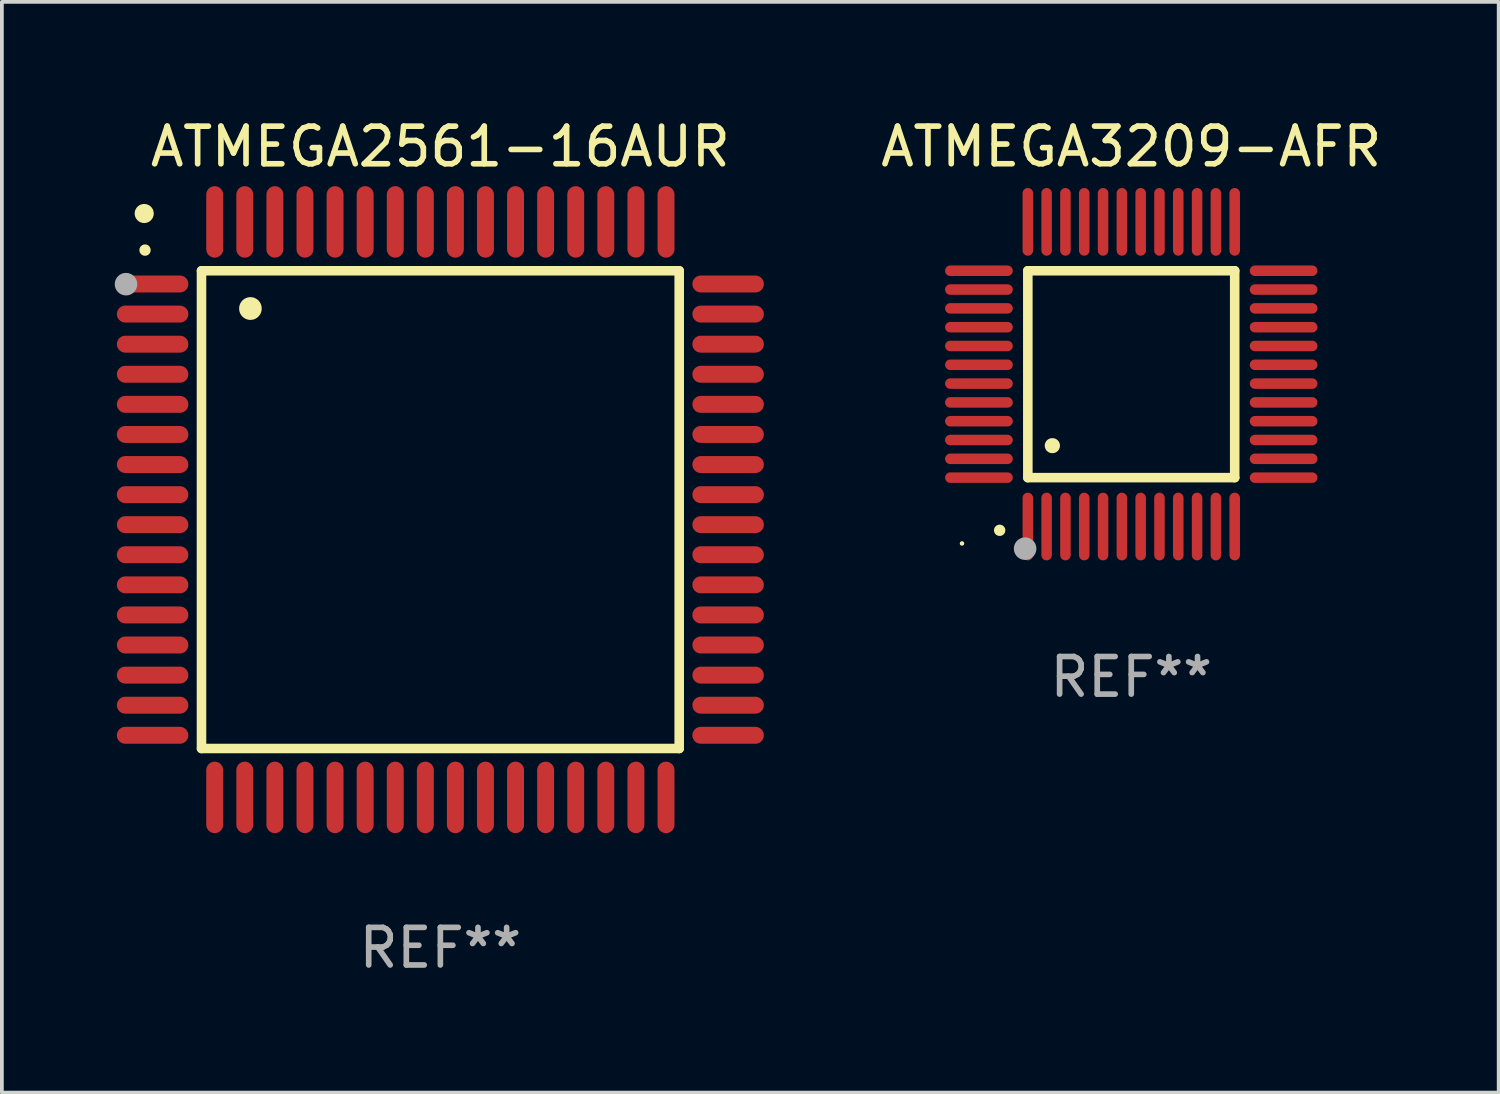
<source format=kicad_pcb>
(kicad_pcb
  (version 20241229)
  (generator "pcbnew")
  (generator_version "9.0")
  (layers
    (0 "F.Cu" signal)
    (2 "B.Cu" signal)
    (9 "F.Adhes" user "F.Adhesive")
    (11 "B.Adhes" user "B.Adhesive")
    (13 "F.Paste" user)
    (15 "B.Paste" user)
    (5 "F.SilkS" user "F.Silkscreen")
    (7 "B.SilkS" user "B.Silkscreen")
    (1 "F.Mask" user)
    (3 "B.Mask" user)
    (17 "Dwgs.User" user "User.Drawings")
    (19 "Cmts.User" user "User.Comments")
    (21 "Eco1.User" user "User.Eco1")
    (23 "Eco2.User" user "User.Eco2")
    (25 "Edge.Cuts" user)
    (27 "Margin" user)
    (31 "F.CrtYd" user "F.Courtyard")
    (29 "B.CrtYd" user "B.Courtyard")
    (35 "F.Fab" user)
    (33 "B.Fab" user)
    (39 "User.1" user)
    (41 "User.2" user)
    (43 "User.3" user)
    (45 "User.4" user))
  (footprint "ATMEGA3209-AFR"
    (layer "F.Cu")
    (at 27.025 6.898)
    (property "Reference" "ATMEGA3209-AFR" (at 0 -6.05 0) (layer "F.SilkS") (effects (font (size 1 1) (thickness 0.15))))
    (attr through_hole)
    (fp_line (start -2.75 -2.75) (end 2.75 -2.75) (stroke (width 0.254) (type solid)) (layer "F.SilkS"))
    (fp_line (start -2.75 2.75) (end -2.75 -2.75) (stroke (width 0.254) (type solid)) (layer "F.SilkS"))
    (fp_line (start 2.75 -2.75) (end 2.75 2.75) (stroke (width 0.254) (type solid)) (layer "F.SilkS"))
    (fp_line (start 2.75 2.75) (end -2.75 2.75) (stroke (width 0.254) (type solid)) (layer "F.SilkS"))
    (fp_arc (start -3.500127 4.150368) (mid -3.498857 4.150363) (end -3.497587 4.150368) (stroke (width 0.3) (type solid)) (layer "F.SilkS"))
    (fp_arc (start -2.100584 1.899924) (mid -2.098044 1.899908) (end -2.095504 1.899924) (stroke (width 0.4) (type solid)) (layer "F.SilkS"))
    (fp_circle (center -4.5 4.5) (end -4.47 4.5) (stroke (width 0.06) (type solid)) (fill no) (layer "F.SilkS"))
    (fp_circle (center -2.822 4.638) (end -2.672 4.638) (stroke (width 0.3) (type solid)) (fill no) (layer "F.Fab"))
    (fp_text user "REF**" (at 0 8.05 0) (layer "F.Fab") (effects (font (size 1 1) (thickness 0.15))))
    (pad "1" smd oval (at -2.75 4.05) (size 0.28 1.8) (layers "F.Cu" "F.Mask" "F.Paste"))
    (pad "2" smd oval (at -2.25 4.05) (size 0.28 1.8) (layers "F.Cu" "F.Mask" "F.Paste"))
    (pad "3" smd oval (at -1.75 4.05) (size 0.28 1.8) (layers "F.Cu" "F.Mask" "F.Paste"))
    (pad "4" smd oval (at -1.25 4.05) (size 0.28 1.8) (layers "F.Cu" "F.Mask" "F.Paste"))
    (pad "5" smd oval (at -0.75 4.05) (size 0.28 1.8) (layers "F.Cu" "F.Mask" "F.Paste"))
    (pad "6" smd oval (at -0.25 4.05) (size 0.28 1.8) (layers "F.Cu" "F.Mask" "F.Paste"))
    (pad "7" smd oval (at 0.25 4.05) (size 0.28 1.8) (layers "F.Cu" "F.Mask" "F.Paste"))
    (pad "8" smd oval (at 0.75 4.05) (size 0.28 1.8) (layers "F.Cu" "F.Mask" "F.Paste"))
    (pad "9" smd oval (at 1.25 4.05) (size 0.28 1.8) (layers "F.Cu" "F.Mask" "F.Paste"))
    (pad "10" smd oval (at 1.75 4.05) (size 0.28 1.8) (layers "F.Cu" "F.Mask" "F.Paste"))
    (pad "11" smd oval (at 2.25 4.05) (size 0.28 1.8) (layers "F.Cu" "F.Mask" "F.Paste"))
    (pad "12" smd oval (at 2.75 4.05) (size 0.28 1.8) (layers "F.Cu" "F.Mask" "F.Paste"))
    (pad "13" smd oval (at 4.05 2.75) (size 1.8 0.28) (layers "F.Cu" "F.Mask" "F.Paste"))
    (pad "14" smd oval (at 4.05 2.25) (size 1.8 0.28) (layers "F.Cu" "F.Mask" "F.Paste"))
    (pad "15" smd oval (at 4.05 1.75) (size 1.8 0.28) (layers "F.Cu" "F.Mask" "F.Paste"))
    (pad "16" smd oval (at 4.05 1.25) (size 1.8 0.28) (layers "F.Cu" "F.Mask" "F.Paste"))
    (pad "17" smd oval (at 4.05 0.75) (size 1.8 0.28) (layers "F.Cu" "F.Mask" "F.Paste"))
    (pad "18" smd oval (at 4.05 0.25) (size 1.8 0.28) (layers "F.Cu" "F.Mask" "F.Paste"))
    (pad "19" smd oval (at 4.05 -0.25) (size 1.8 0.28) (layers "F.Cu" "F.Mask" "F.Paste"))
    (pad "20" smd oval (at 4.05 -0.75) (size 1.8 0.28) (layers "F.Cu" "F.Mask" "F.Paste"))
    (pad "21" smd oval (at 4.05 -1.25) (size 1.8 0.28) (layers "F.Cu" "F.Mask" "F.Paste"))
    (pad "22" smd oval (at 4.05 -1.75) (size 1.8 0.28) (layers "F.Cu" "F.Mask" "F.Paste"))
    (pad "23" smd oval (at 4.05 -2.25) (size 1.8 0.28) (layers "F.Cu" "F.Mask" "F.Paste"))
    (pad "24" smd oval (at 4.05 -2.75) (size 1.8 0.28) (layers "F.Cu" "F.Mask" "F.Paste"))
    (pad "25" smd oval (at 2.75 -4.05) (size 0.28 1.8) (layers "F.Cu" "F.Mask" "F.Paste"))
    (pad "26" smd oval (at 2.25 -4.05) (size 0.28 1.8) (layers "F.Cu" "F.Mask" "F.Paste"))
    (pad "27" smd oval (at 1.75 -4.05) (size 0.28 1.8) (layers "F.Cu" "F.Mask" "F.Paste"))
    (pad "28" smd oval (at 1.25 -4.05) (size 0.28 1.8) (layers "F.Cu" "F.Mask" "F.Paste"))
    (pad "29" smd oval (at 0.75 -4.05) (size 0.28 1.8) (layers "F.Cu" "F.Mask" "F.Paste"))
    (pad "30" smd oval (at 0.25 -4.05) (size 0.28 1.8) (layers "F.Cu" "F.Mask" "F.Paste"))
    (pad "31" smd oval (at -0.25 -4.05) (size 0.28 1.8) (layers "F.Cu" "F.Mask" "F.Paste"))
    (pad "32" smd oval (at -0.75 -4.05) (size 0.28 1.8) (layers "F.Cu" "F.Mask" "F.Paste"))
    (pad "33" smd oval (at -1.25 -4.05) (size 0.28 1.8) (layers "F.Cu" "F.Mask" "F.Paste"))
    (pad "34" smd oval (at -1.75 -4.05) (size 0.28 1.8) (layers "F.Cu" "F.Mask" "F.Paste"))
    (pad "35" smd oval (at -2.25 -4.05) (size 0.28 1.8) (layers "F.Cu" "F.Mask" "F.Paste"))
    (pad "36" smd oval (at -2.75 -4.05) (size 0.28 1.8) (layers "F.Cu" "F.Mask" "F.Paste"))
    (pad "37" smd oval (at -4.05 -2.75) (size 1.8 0.28) (layers "F.Cu" "F.Mask" "F.Paste"))
    (pad "38" smd oval (at -4.05 -2.25) (size 1.8 0.28) (layers "F.Cu" "F.Mask" "F.Paste"))
    (pad "39" smd oval (at -4.05 -1.75) (size 1.8 0.28) (layers "F.Cu" "F.Mask" "F.Paste"))
    (pad "40" smd oval (at -4.05 -1.25) (size 1.8 0.28) (layers "F.Cu" "F.Mask" "F.Paste"))
    (pad "41" smd oval (at -4.05 -0.75) (size 1.8 0.28) (layers "F.Cu" "F.Mask" "F.Paste"))
    (pad "42" smd oval (at -4.05 -0.25) (size 1.8 0.28) (layers "F.Cu" "F.Mask" "F.Paste"))
    (pad "43" smd oval (at -4.05 0.25) (size 1.8 0.28) (layers "F.Cu" "F.Mask" "F.Paste"))
    (pad "44" smd oval (at -4.05 0.75) (size 1.8 0.28) (layers "F.Cu" "F.Mask" "F.Paste"))
    (pad "45" smd oval (at -4.05 1.25) (size 1.8 0.28) (layers "F.Cu" "F.Mask" "F.Paste"))
    (pad "46" smd oval (at -4.05 1.75) (size 1.8 0.28) (layers "F.Cu" "F.Mask" "F.Paste"))
    (pad "47" smd oval (at -4.05 2.25) (size 1.8 0.28) (layers "F.Cu" "F.Mask" "F.Paste"))
    (pad "48" smd oval (at -4.05 2.75) (size 1.8 0.28) (layers "F.Cu" "F.Mask" "F.Paste")))
  (footprint "ATMEGA2561-16AUR"
    (layer "F.Cu")
    (at 8.657 10.499)
    (property "Reference" "ATMEGA2561-16AUR" (at 0 -9.65 0) (layer "F.SilkS") (effects (font (size 1 1) (thickness 0.15))))
    (attr through_hole)
    (fp_line (start -6.35 -6.35) (end 6.35 -6.35) (stroke (width 0.254) (type solid)) (layer "F.SilkS"))
    (fp_line (start -6.35 6.35) (end -6.35 -6.35) (stroke (width 0.254) (type solid)) (layer "F.SilkS"))
    (fp_line (start 6.35 -6.35) (end 6.35 6.35) (stroke (width 0.254) (type solid)) (layer "F.SilkS"))
    (fp_line (start 6.35 6.35) (end -6.35 6.35) (stroke (width 0.254) (type solid)) (layer "F.SilkS"))
    (fp_arc (start -7.851156 -6.898654) (mid -7.851161 -6.899924) (end -7.851156 -6.901194) (stroke (width 0.3) (type solid)) (layer "F.SilkS"))
    (fp_arc (start -5.04953 -5.344171) (mid -5.049541 -5.346711) (end -5.04953 -5.349251) (stroke (width 0.6) (type solid)) (layer "F.SilkS"))
    (fp_circle (center -7.873 -7.873) (end -7.746 -7.873) (stroke (width 0.254) (type solid)) (fill no) (layer "F.SilkS"))
    (fp_circle (center -8.357 -5.994) (end -8.207 -5.994) (stroke (width 0.3) (type solid)) (fill no) (layer "F.Fab"))
    (fp_text user "REF**" (at 0 11.65 0) (layer "F.Fab") (effects (font (size 1 1) (thickness 0.15))))
    (pad "1" smd oval (at -7.65 -5.999 90) (size 0.45 1.9) (layers "F.Cu" "F.Mask" "F.Paste"))
    (pad "2" smd oval (at -7.65 -5.199 90) (size 0.45 1.9) (layers "F.Cu" "F.Mask" "F.Paste"))
    (pad "3" smd oval (at -7.65 -4.399 90) (size 0.45 1.9) (layers "F.Cu" "F.Mask" "F.Paste"))
    (pad "4" smd oval (at -7.65 -3.599 90) (size 0.45 1.9) (layers "F.Cu" "F.Mask" "F.Paste"))
    (pad "5" smd oval (at -7.65 -2.799 90) (size 0.45 1.9) (layers "F.Cu" "F.Mask" "F.Paste"))
    (pad "6" smd oval (at -7.65 -1.999 90) (size 0.45 1.9) (layers "F.Cu" "F.Mask" "F.Paste"))
    (pad "7" smd oval (at -7.65 -1.199 90) (size 0.45 1.9) (layers "F.Cu" "F.Mask" "F.Paste"))
    (pad "8" smd oval (at -7.65 -0.399 90) (size 0.45 1.9) (layers "F.Cu" "F.Mask" "F.Paste"))
    (pad "9" smd oval (at -7.65 0.399 90) (size 0.45 1.9) (layers "F.Cu" "F.Mask" "F.Paste"))
    (pad "10" smd oval (at -7.65 1.199 90) (size 0.45 1.9) (layers "F.Cu" "F.Mask" "F.Paste"))
    (pad "11" smd oval (at -7.65 1.999 90) (size 0.45 1.9) (layers "F.Cu" "F.Mask" "F.Paste"))
    (pad "12" smd oval (at -7.65 2.799 90) (size 0.45 1.9) (layers "F.Cu" "F.Mask" "F.Paste"))
    (pad "13" smd oval (at -7.65 3.599 90) (size 0.45 1.9) (layers "F.Cu" "F.Mask" "F.Paste"))
    (pad "14" smd oval (at -7.65 4.399 90) (size 0.45 1.9) (layers "F.Cu" "F.Mask" "F.Paste"))
    (pad "15" smd oval (at -7.65 5.199 90) (size 0.45 1.9) (layers "F.Cu" "F.Mask" "F.Paste"))
    (pad "16" smd oval (at -7.65 5.999 90) (size 0.45 1.9) (layers "F.Cu" "F.Mask" "F.Paste"))
    (pad "17" smd oval (at -5.999 7.65) (size 0.45 1.9) (layers "F.Cu" "F.Mask" "F.Paste"))
    (pad "18" smd oval (at -5.199 7.65) (size 0.45 1.9) (layers "F.Cu" "F.Mask" "F.Paste"))
    (pad "19" smd oval (at -4.399 7.65) (size 0.45 1.9) (layers "F.Cu" "F.Mask" "F.Paste"))
    (pad "20" smd oval (at -3.599 7.65) (size 0.45 1.9) (layers "F.Cu" "F.Mask" "F.Paste"))
    (pad "21" smd oval (at -2.799 7.65) (size 0.45 1.9) (layers "F.Cu" "F.Mask" "F.Paste"))
    (pad "22" smd oval (at -1.999 7.65) (size 0.45 1.9) (layers "F.Cu" "F.Mask" "F.Paste"))
    (pad "23" smd oval (at -1.199 7.65) (size 0.45 1.9) (layers "F.Cu" "F.Mask" "F.Paste"))
    (pad "24" smd oval (at -0.399 7.65) (size 0.45 1.9) (layers "F.Cu" "F.Mask" "F.Paste"))
    (pad "25" smd oval (at 0.399 7.65) (size 0.45 1.9) (layers "F.Cu" "F.Mask" "F.Paste"))
    (pad "26" smd oval (at 1.199 7.65) (size 0.45 1.9) (layers "F.Cu" "F.Mask" "F.Paste"))
    (pad "27" smd oval (at 1.999 7.65) (size 0.45 1.9) (layers "F.Cu" "F.Mask" "F.Paste"))
    (pad "28" smd oval (at 2.799 7.65) (size 0.45 1.9) (layers "F.Cu" "F.Mask" "F.Paste"))
    (pad "29" smd oval (at 3.599 7.65) (size 0.45 1.9) (layers "F.Cu" "F.Mask" "F.Paste"))
    (pad "30" smd oval (at 4.399 7.65) (size 0.45 1.9) (layers "F.Cu" "F.Mask" "F.Paste"))
    (pad "31" smd oval (at 5.199 7.65) (size 0.45 1.9) (layers "F.Cu" "F.Mask" "F.Paste"))
    (pad "32" smd oval (at 5.999 7.65) (size 0.45 1.9) (layers "F.Cu" "F.Mask" "F.Paste"))
    (pad "33" smd oval (at 7.65 5.999 90) (size 0.45 1.9) (layers "F.Cu" "F.Mask" "F.Paste"))
    (pad "34" smd oval (at 7.65 5.199 90) (size 0.45 1.9) (layers "F.Cu" "F.Mask" "F.Paste"))
    (pad "35" smd oval (at 7.65 4.399 90) (size 0.45 1.9) (layers "F.Cu" "F.Mask" "F.Paste"))
    (pad "36" smd oval (at 7.65 3.599 90) (size 0.45 1.9) (layers "F.Cu" "F.Mask" "F.Paste"))
    (pad "37" smd oval (at 7.65 2.799 90) (size 0.45 1.9) (layers "F.Cu" "F.Mask" "F.Paste"))
    (pad "38" smd oval (at 7.65 1.999 90) (size 0.45 1.9) (layers "F.Cu" "F.Mask" "F.Paste"))
    (pad "39" smd oval (at 7.65 1.199 90) (size 0.45 1.9) (layers "F.Cu" "F.Mask" "F.Paste"))
    (pad "40" smd oval (at 7.65 0.399 90) (size 0.45 1.9) (layers "F.Cu" "F.Mask" "F.Paste"))
    (pad "41" smd oval (at 7.65 -0.399 90) (size 0.45 1.9) (layers "F.Cu" "F.Mask" "F.Paste"))
    (pad "42" smd oval (at 7.65 -1.199 90) (size 0.45 1.9) (layers "F.Cu" "F.Mask" "F.Paste"))
    (pad "43" smd oval (at 7.65 -1.999 90) (size 0.45 1.9) (layers "F.Cu" "F.Mask" "F.Paste"))
    (pad "44" smd oval (at 7.65 -2.799 90) (size 0.45 1.9) (layers "F.Cu" "F.Mask" "F.Paste"))
    (pad "45" smd oval (at 7.65 -3.599 90) (size 0.45 1.9) (layers "F.Cu" "F.Mask" "F.Paste"))
    (pad "46" smd oval (at 7.65 -4.399 90) (size 0.45 1.9) (layers "F.Cu" "F.Mask" "F.Paste"))
    (pad "47" smd oval (at 7.65 -5.199 90) (size 0.45 1.9) (layers "F.Cu" "F.Mask" "F.Paste"))
    (pad "48" smd oval (at 7.65 -5.999 90) (size 0.45 1.9) (layers "F.Cu" "F.Mask" "F.Paste"))
    (pad "49" smd oval (at 5.999 -7.65) (size 0.45 1.9) (layers "F.Cu" "F.Mask" "F.Paste"))
    (pad "50" smd oval (at 5.199 -7.65) (size 0.45 1.9) (layers "F.Cu" "F.Mask" "F.Paste"))
    (pad "51" smd oval (at 4.399 -7.65) (size 0.45 1.9) (layers "F.Cu" "F.Mask" "F.Paste"))
    (pad "52" smd oval (at 3.599 -7.65) (size 0.45 1.9) (layers "F.Cu" "F.Mask" "F.Paste"))
    (pad "53" smd oval (at 2.799 -7.65) (size 0.45 1.9) (layers "F.Cu" "F.Mask" "F.Paste"))
    (pad "54" smd oval (at 1.999 -7.65) (size 0.45 1.9) (layers "F.Cu" "F.Mask" "F.Paste"))
    (pad "55" smd oval (at 1.199 -7.65) (size 0.45 1.9) (layers "F.Cu" "F.Mask" "F.Paste"))
    (pad "56" smd oval (at 0.399 -7.65) (size 0.45 1.9) (layers "F.Cu" "F.Mask" "F.Paste"))
    (pad "57" smd oval (at -0.399 -7.65) (size 0.45 1.9) (layers "F.Cu" "F.Mask" "F.Paste"))
    (pad "58" smd oval (at -1.199 -7.65) (size 0.45 1.9) (layers "F.Cu" "F.Mask" "F.Paste"))
    (pad "59" smd oval (at -1.999 -7.65) (size 0.45 1.9) (layers "F.Cu" "F.Mask" "F.Paste"))
    (pad "60" smd oval (at -2.799 -7.65) (size 0.45 1.9) (layers "F.Cu" "F.Mask" "F.Paste"))
    (pad "61" smd oval (at -3.599 -7.65) (size 0.45 1.9) (layers "F.Cu" "F.Mask" "F.Paste"))
    (pad "62" smd oval (at -4.399 -7.65) (size 0.45 1.9) (layers "F.Cu" "F.Mask" "F.Paste"))
    (pad "63" smd oval (at -5.199 -7.65) (size 0.45 1.9) (layers "F.Cu" "F.Mask" "F.Paste"))
    (pad "64" smd oval (at -5.999 -7.65) (size 0.45 1.9) (layers "F.Cu" "F.Mask" "F.Paste")))
  (gr_rect
    (start -3 -3)
    (end 36.793 25.997)
    (stroke (width 0.1) (type default))
    (fill no)
    (layer "Edge.Cuts")))
</source>
